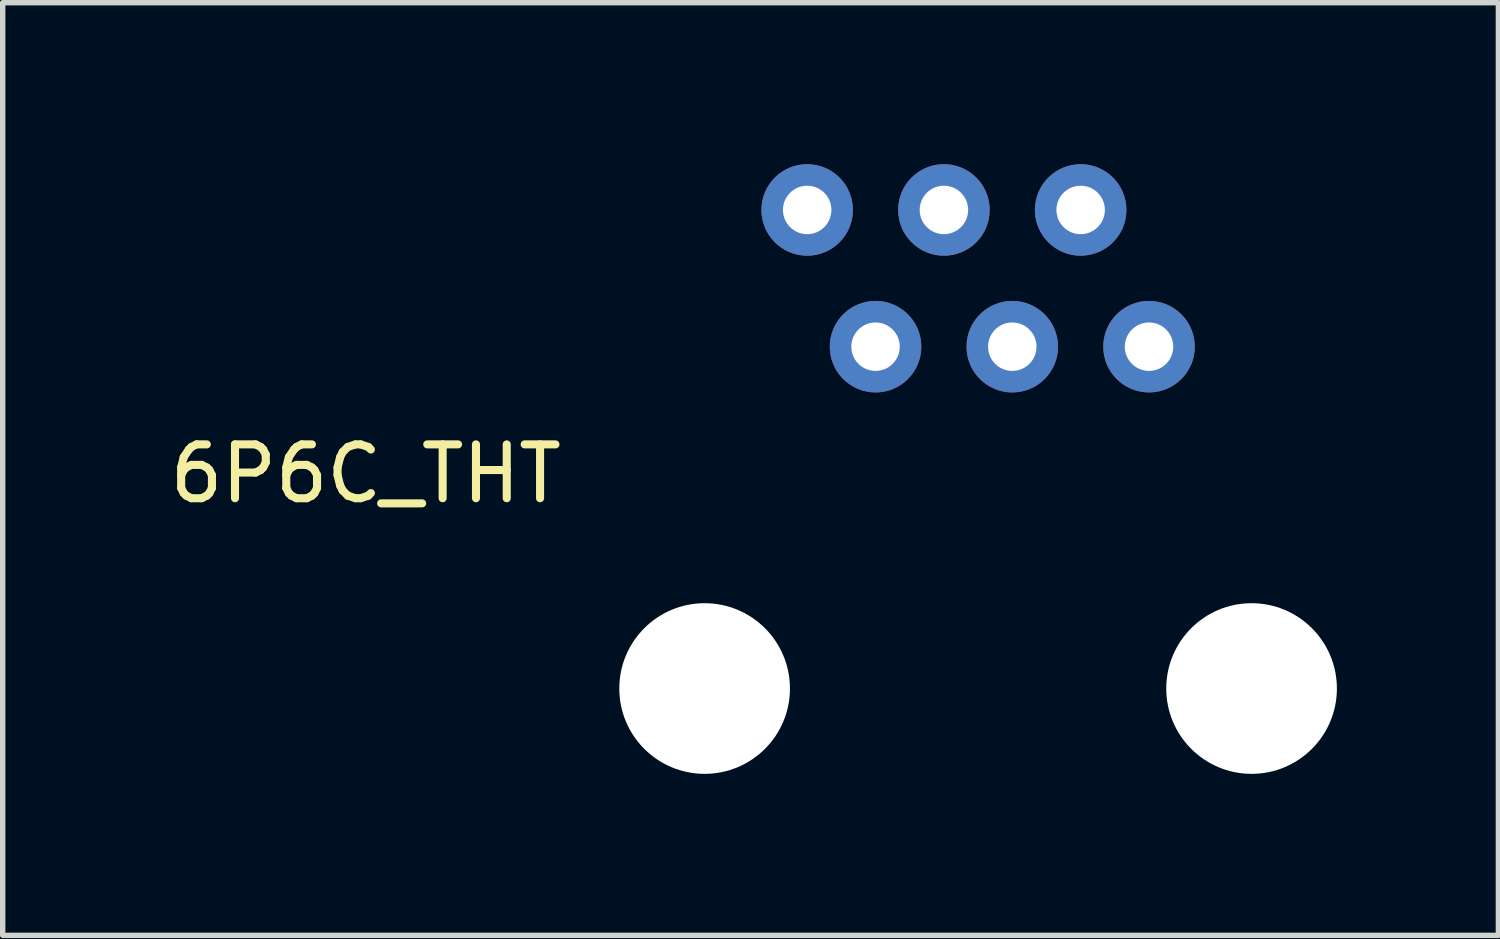
<source format=kicad_pcb>
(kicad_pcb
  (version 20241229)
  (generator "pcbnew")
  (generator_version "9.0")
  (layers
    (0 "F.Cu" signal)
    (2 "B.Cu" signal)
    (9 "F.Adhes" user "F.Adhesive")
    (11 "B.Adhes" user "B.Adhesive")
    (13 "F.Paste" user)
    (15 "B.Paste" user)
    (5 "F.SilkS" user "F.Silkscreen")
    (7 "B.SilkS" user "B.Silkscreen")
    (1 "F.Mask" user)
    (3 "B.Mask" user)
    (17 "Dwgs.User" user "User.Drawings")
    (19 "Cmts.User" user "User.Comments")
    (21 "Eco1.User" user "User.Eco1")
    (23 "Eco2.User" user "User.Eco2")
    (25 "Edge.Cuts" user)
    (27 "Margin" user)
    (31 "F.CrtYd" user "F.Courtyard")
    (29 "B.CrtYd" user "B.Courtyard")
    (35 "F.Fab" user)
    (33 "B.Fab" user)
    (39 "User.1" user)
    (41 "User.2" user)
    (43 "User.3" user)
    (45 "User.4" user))
  (footprint "6P6C_THT"
    (layer "F.Cu")
    (at 11.944 0.85)
    (property "Reference" "6P6C_THT" (at -8.2 4.9 0) (layer "F.SilkS") (effects (font (size 1 1) (thickness 0.15))))
    (attr through_hole)
    (pad "" np_thru_hole circle (at -1.905 8.89) (size 3.17 3.17) (drill 3.17) (layers "*.Cu" "*.Mask"))
    (pad "" np_thru_hole circle (at 8.255 8.89) (size 3.17 3.17) (drill 3.17) (layers "*.Cu" "*.Mask"))
    (pad "1" thru_hole circle (at 0 0) (size 1.7 1.7) (drill 0.9) (layers "*.Cu" "*.Mask"))
    (pad "2" thru_hole circle (at 1.27 2.54) (size 1.7 1.7) (drill 0.9) (layers "*.Cu" "*.Mask"))
    (pad "3" thru_hole circle (at 2.54 0) (size 1.7 1.7) (drill 0.9) (layers "*.Cu" "*.Mask"))
    (pad "4" thru_hole circle (at 3.81 2.54) (size 1.7 1.7) (drill 0.9) (layers "*.Cu" "*.Mask"))
    (pad "5" thru_hole circle (at 5.08 0) (size 1.7 1.7) (drill 0.9) (layers "*.Cu" "*.Mask"))
    (pad "6" thru_hole circle (at 6.35 2.54) (size 1.7 1.7) (drill 0.9) (layers "*.Cu" "*.Mask")))
  (gr_rect
    (start -3 -3)
    (end 24.784 14.325)
    (stroke (width 0.1) (type default))
    (fill no)
    (layer "Edge.Cuts")))
</source>
